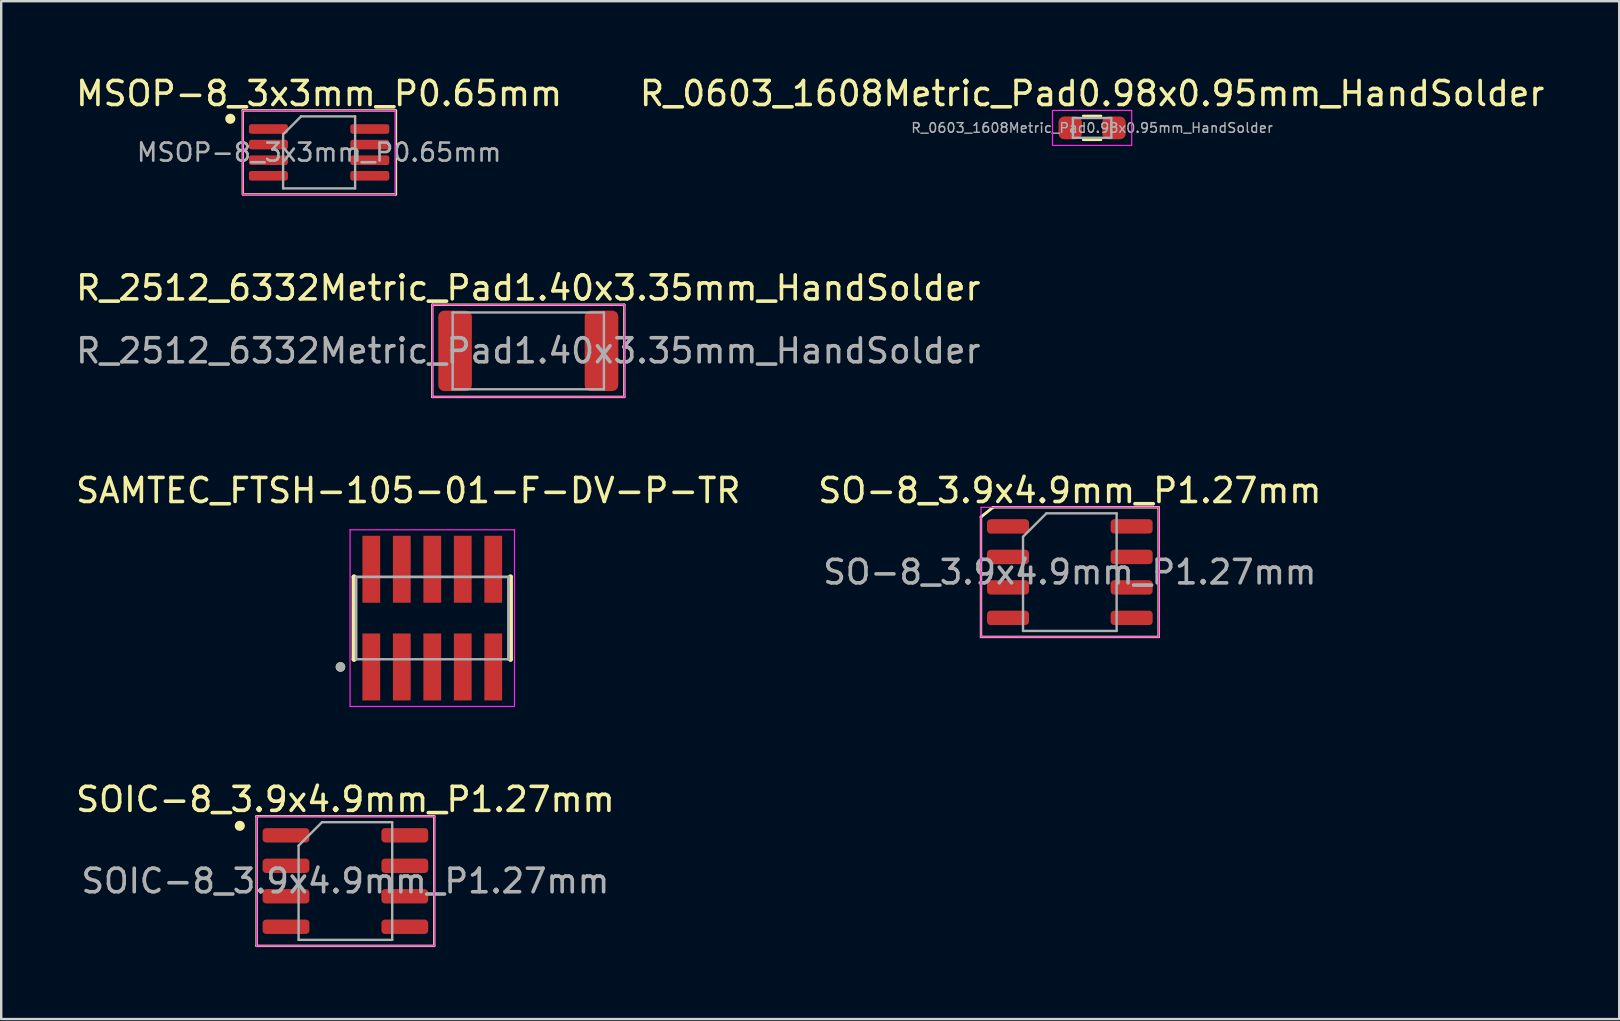
<source format=kicad_pcb>
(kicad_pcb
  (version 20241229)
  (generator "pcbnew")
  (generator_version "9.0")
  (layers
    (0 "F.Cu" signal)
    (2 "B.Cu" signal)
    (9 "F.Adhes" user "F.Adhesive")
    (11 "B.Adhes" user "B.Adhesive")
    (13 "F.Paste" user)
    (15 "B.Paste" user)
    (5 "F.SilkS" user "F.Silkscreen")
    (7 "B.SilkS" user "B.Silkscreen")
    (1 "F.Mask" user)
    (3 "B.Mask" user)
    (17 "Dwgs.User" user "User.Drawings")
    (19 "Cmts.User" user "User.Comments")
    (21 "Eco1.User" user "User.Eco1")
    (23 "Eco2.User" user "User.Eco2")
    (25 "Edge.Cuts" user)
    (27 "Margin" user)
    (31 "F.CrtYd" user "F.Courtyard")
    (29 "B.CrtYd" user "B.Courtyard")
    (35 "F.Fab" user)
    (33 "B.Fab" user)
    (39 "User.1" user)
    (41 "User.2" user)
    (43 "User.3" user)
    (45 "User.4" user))
  (footprint "SO-8_3.9x4.9mm_P1.27mm"
    (layer "F.Cu")
    (at 41.518 20.785)
    (property "Reference" "SO-8_3.9x4.9mm_P1.27mm" (at 0 -3.4 0) (layer "F.SilkS") (effects (font (size 1 1) (thickness 0.15))))
    (attr smd)
    (fp_line (start -3.7 -2.3) (end -3.7 2.7) (stroke (width 0.1) (type solid)) (layer "F.SilkS"))
    (fp_line (start -3.7 2.7) (end 3.7 2.7) (stroke (width 0.1) (type solid)) (layer "F.SilkS"))
    (fp_line (start -3.2 -2.7) (end -3.7 -2.3) (stroke (width 0.12) (type default)) (layer "F.SilkS"))
    (fp_line (start 3.7 -2.7) (end -3.2 -2.7) (stroke (width 0.1) (type solid)) (layer "F.SilkS"))
    (fp_line (start 3.7 2.7) (end 3.7 -2.7) (stroke (width 0.1) (type solid)) (layer "F.SilkS"))
    (fp_line (start -3.7 -2.7) (end -3.7 2.7) (stroke (width 0.05) (type solid)) (layer "F.CrtYd"))
    (fp_line (start -3.7 2.7) (end 3.7 2.7) (stroke (width 0.05) (type solid)) (layer "F.CrtYd"))
    (fp_line (start 3.7 -2.7) (end -3.7 -2.7) (stroke (width 0.05) (type solid)) (layer "F.CrtYd"))
    (fp_line (start 3.7 2.7) (end 3.7 -2.7) (stroke (width 0.05) (type solid)) (layer "F.CrtYd"))
    (fp_line (start -1.95 -1.475) (end -0.975 -2.45) (stroke (width 0.1) (type solid)) (layer "F.Fab"))
    (fp_line (start -1.95 2.45) (end -1.95 -1.475) (stroke (width 0.1) (type solid)) (layer "F.Fab"))
    (fp_line (start -0.975 -2.45) (end 1.95 -2.45) (stroke (width 0.1) (type solid)) (layer "F.Fab"))
    (fp_line (start 1.95 -2.45) (end 1.95 2.45) (stroke (width 0.1) (type solid)) (layer "F.Fab"))
    (fp_line (start 1.95 2.45) (end -1.95 2.45) (stroke (width 0.1) (type solid)) (layer "F.Fab"))
    (fp_text user "${REFERENCE}" (at 0 0 0) (layer "F.Fab") (effects (font (size 0.98 0.98) (thickness 0.15))))
    (pad "1" smd roundrect (at -2.575 -1.905) (size 1.75 0.6) (layers "F.Cu" "F.Mask" "F.Paste") (roundrect_rratio 0.25))
    (pad "2" smd roundrect (at -2.575 -0.635) (size 1.75 0.6) (layers "F.Cu" "F.Mask" "F.Paste") (roundrect_rratio 0.25))
    (pad "3" smd roundrect (at -2.575 0.635) (size 1.75 0.6) (layers "F.Cu" "F.Mask" "F.Paste") (roundrect_rratio 0.25))
    (pad "4" smd roundrect (at -2.575 1.905) (size 1.75 0.6) (layers "F.Cu" "F.Mask" "F.Paste") (roundrect_rratio 0.25))
    (pad "5" smd roundrect (at 2.575 1.905) (size 1.75 0.6) (layers "F.Cu" "F.Mask" "F.Paste") (roundrect_rratio 0.25))
    (pad "6" smd roundrect (at 2.575 0.635) (size 1.75 0.6) (layers "F.Cu" "F.Mask" "F.Paste") (roundrect_rratio 0.25))
    (pad "7" smd roundrect (at 2.575 -0.635) (size 1.75 0.6) (layers "F.Cu" "F.Mask" "F.Paste") (roundrect_rratio 0.25))
    (pad "8" smd roundrect (at 2.575 -1.905) (size 1.75 0.6) (layers "F.Cu" "F.Mask" "F.Paste") (roundrect_rratio 0.25)))
  (footprint "MSOP-8_3x3mm_P0.65mm"
    (layer "F.Cu")
    (at 10.244 3.298)
    (property "Reference" "MSOP-8_3x3mm_P0.65mm" (at 0 -2.45 0) (layer "F.SilkS") (effects (font (size 1 1) (thickness 0.15))))
    (attr smd)
    (fp_line (start -3.18 -1.75) (end -3.18 1.75) (stroke (width 0.1) (type solid)) (layer "F.SilkS"))
    (fp_line (start 3.18 -1.75) (end -3.18 -1.75) (stroke (width 0.1) (type solid)) (layer "F.SilkS"))
    (fp_line (start 3.2 -1.75) (end 3.2 1.75) (stroke (width 0.1) (type solid)) (layer "F.SilkS"))
    (fp_line (start 3.2 1.75) (end -3.16 1.75) (stroke (width 0.1) (type solid)) (layer "F.SilkS"))
    (fp_circle (center -3.7 -1.4) (end -3.55 -1.4) (stroke (width 0.12) (type solid)) (fill yes) (layer "F.SilkS"))
    (fp_line (start -3.18 -1.75) (end -3.18 1.75) (stroke (width 0.05) (type solid)) (layer "F.CrtYd"))
    (fp_line (start -3.18 1.75) (end 3.18 1.75) (stroke (width 0.05) (type solid)) (layer "F.CrtYd"))
    (fp_line (start 3.18 -1.75) (end -3.18 -1.75) (stroke (width 0.05) (type solid)) (layer "F.CrtYd"))
    (fp_line (start 3.18 1.75) (end 3.18 -1.75) (stroke (width 0.05) (type solid)) (layer "F.CrtYd"))
    (fp_line (start -1.5 -0.75) (end -0.75 -1.5) (stroke (width 0.1) (type solid)) (layer "F.Fab"))
    (fp_line (start -1.5 1.5) (end -1.5 -0.75) (stroke (width 0.1) (type solid)) (layer "F.Fab"))
    (fp_line (start -0.75 -1.5) (end 1.5 -1.5) (stroke (width 0.1) (type solid)) (layer "F.Fab"))
    (fp_line (start 1.5 -1.5) (end 1.5 1.5) (stroke (width 0.1) (type solid)) (layer "F.Fab"))
    (fp_line (start 1.5 1.5) (end -1.5 1.5) (stroke (width 0.1) (type solid)) (layer "F.Fab"))
    (fp_text user "${REFERENCE}" (at 0 0 0) (layer "F.Fab") (effects (font (size 0.75 0.75) (thickness 0.11))))
    (pad "1" smd roundrect (at -2.112 -0.975) (size 1.625 0.4) (layers "F.Cu" "F.Mask" "F.Paste") (roundrect_rratio 0.25))
    (pad "2" smd roundrect (at -2.112 -0.325) (size 1.625 0.4) (layers "F.Cu" "F.Mask" "F.Paste") (roundrect_rratio 0.25))
    (pad "3" smd roundrect (at -2.112 0.325) (size 1.625 0.4) (layers "F.Cu" "F.Mask" "F.Paste") (roundrect_rratio 0.25))
    (pad "4" smd roundrect (at -2.112 0.975) (size 1.625 0.4) (layers "F.Cu" "F.Mask" "F.Paste") (roundrect_rratio 0.25))
    (pad "5" smd roundrect (at 2.112 0.975) (size 1.625 0.4) (layers "F.Cu" "F.Mask" "F.Paste") (roundrect_rratio 0.25))
    (pad "6" smd roundrect (at 2.112 0.325) (size 1.625 0.4) (layers "F.Cu" "F.Mask" "F.Paste") (roundrect_rratio 0.25))
    (pad "7" smd roundrect (at 2.112 -0.325) (size 1.625 0.4) (layers "F.Cu" "F.Mask" "F.Paste") (roundrect_rratio 0.25))
    (pad "8" smd roundrect (at 2.112 -0.975) (size 1.625 0.4) (layers "F.Cu" "F.Mask" "F.Paste") (roundrect_rratio 0.25)))
  (footprint "R_2512_6332Metric_Pad1.40x3.35mm_HandSolder"
    (layer "F.Cu")
    (at 18.958 11.566)
    (property "Reference" "R_2512_6332Metric_Pad1.40x3.35mm_HandSolder" (at 0 -2.62 0) (layer "F.SilkS") (effects (font (size 1 1) (thickness 0.15))))
    (attr smd)
    (fp_line (start -4 -1.92) (end 4 -1.92) (stroke (width 0.1) (type solid)) (layer "F.SilkS"))
    (fp_line (start -4 1.92) (end -4 -1.92) (stroke (width 0.1) (type solid)) (layer "F.SilkS"))
    (fp_line (start 4 -1.92) (end 4 1.92) (stroke (width 0.1) (type solid)) (layer "F.SilkS"))
    (fp_line (start 4 1.92) (end -4 1.92) (stroke (width 0.1) (type solid)) (layer "F.SilkS"))
    (fp_line (start -4 -1.92) (end 4 -1.92) (stroke (width 0.05) (type solid)) (layer "F.CrtYd"))
    (fp_line (start -4 1.92) (end -4 -1.92) (stroke (width 0.05) (type solid)) (layer "F.CrtYd"))
    (fp_line (start 4 -1.92) (end 4 1.92) (stroke (width 0.05) (type solid)) (layer "F.CrtYd"))
    (fp_line (start 4 1.92) (end -4 1.92) (stroke (width 0.05) (type solid)) (layer "F.CrtYd"))
    (fp_line (start -3.15 -1.6) (end 3.15 -1.6) (stroke (width 0.1) (type solid)) (layer "F.Fab"))
    (fp_line (start -3.15 1.6) (end -3.15 -1.6) (stroke (width 0.1) (type solid)) (layer "F.Fab"))
    (fp_line (start 3.15 -1.6) (end 3.15 1.6) (stroke (width 0.1) (type solid)) (layer "F.Fab"))
    (fp_line (start 3.15 1.6) (end -3.15 1.6) (stroke (width 0.1) (type solid)) (layer "F.Fab"))
    (fp_text user "${REFERENCE}" (at 0 0 0) (layer "F.Fab") (effects (font (size 1 1) (thickness 0.15))))
    (pad "1" smd roundrect (at -3.05 0) (size 1.4 3.35) (layers "F.Cu" "F.Mask" "F.Paste") (roundrect_rratio 0.179))
    (pad "2" smd roundrect (at 3.05 0) (size 1.4 3.35) (layers "F.Cu" "F.Mask" "F.Paste") (roundrect_rratio 0.179)))
  (footprint "SOIC-8_3.9x4.9mm_P1.27mm"
    (layer "F.Cu")
    (at 11.339 33.653)
    (property "Reference" "SOIC-8_3.9x4.9mm_P1.27mm" (at 0 -3.4 0) (layer "F.SilkS") (effects (font (size 1 1) (thickness 0.15))))
    (attr smd)
    (fp_line (start -3.7 -2.7) (end -3.7 2.7) (stroke (width 0.1) (type solid)) (layer "F.SilkS"))
    (fp_line (start -3.7 2.7) (end 3.7 2.7) (stroke (width 0.1) (type solid)) (layer "F.SilkS"))
    (fp_line (start 3.7 -2.7) (end -3.7 -2.7) (stroke (width 0.1) (type solid)) (layer "F.SilkS"))
    (fp_line (start 3.7 2.7) (end 3.7 -2.7) (stroke (width 0.1) (type solid)) (layer "F.SilkS"))
    (fp_circle (center -4.4 -2.3) (end -4.25 -2.3) (stroke (width 0.12) (type solid)) (fill yes) (layer "F.SilkS"))
    (fp_line (start -3.7 -2.7) (end -3.7 2.7) (stroke (width 0.05) (type solid)) (layer "F.CrtYd"))
    (fp_line (start -3.7 2.7) (end 3.7 2.7) (stroke (width 0.05) (type solid)) (layer "F.CrtYd"))
    (fp_line (start 3.7 -2.7) (end -3.7 -2.7) (stroke (width 0.05) (type solid)) (layer "F.CrtYd"))
    (fp_line (start 3.7 2.7) (end 3.7 -2.7) (stroke (width 0.05) (type solid)) (layer "F.CrtYd"))
    (fp_line (start -1.95 -1.475) (end -0.975 -2.45) (stroke (width 0.1) (type solid)) (layer "F.Fab"))
    (fp_line (start -1.95 2.45) (end -1.95 -1.475) (stroke (width 0.1) (type solid)) (layer "F.Fab"))
    (fp_line (start -0.975 -2.45) (end 1.95 -2.45) (stroke (width 0.1) (type solid)) (layer "F.Fab"))
    (fp_line (start 1.95 -2.45) (end 1.95 2.45) (stroke (width 0.1) (type solid)) (layer "F.Fab"))
    (fp_line (start 1.95 2.45) (end -1.95 2.45) (stroke (width 0.1) (type solid)) (layer "F.Fab"))
    (fp_text user "${REFERENCE}" (at 0 0 0) (layer "F.Fab") (effects (font (size 0.98 0.98) (thickness 0.15))))
    (pad "1" smd roundrect (at -2.475 -1.905) (size 1.95 0.6) (layers "F.Cu" "F.Mask" "F.Paste") (roundrect_rratio 0.25))
    (pad "2" smd roundrect (at -2.475 -0.635) (size 1.95 0.6) (layers "F.Cu" "F.Mask" "F.Paste") (roundrect_rratio 0.25))
    (pad "3" smd roundrect (at -2.475 0.635) (size 1.95 0.6) (layers "F.Cu" "F.Mask" "F.Paste") (roundrect_rratio 0.25))
    (pad "4" smd roundrect (at -2.475 1.905) (size 1.95 0.6) (layers "F.Cu" "F.Mask" "F.Paste") (roundrect_rratio 0.25))
    (pad "5" smd roundrect (at 2.475 1.905) (size 1.95 0.6) (layers "F.Cu" "F.Mask" "F.Paste") (roundrect_rratio 0.25))
    (pad "6" smd roundrect (at 2.475 0.635) (size 1.95 0.6) (layers "F.Cu" "F.Mask" "F.Paste") (roundrect_rratio 0.25))
    (pad "7" smd roundrect (at 2.475 -0.635) (size 1.95 0.6) (layers "F.Cu" "F.Mask" "F.Paste") (roundrect_rratio 0.25))
    (pad "8" smd roundrect (at 2.475 -1.905) (size 1.95 0.6) (layers "F.Cu" "F.Mask" "F.Paste") (roundrect_rratio 0.25)))
  (footprint "SAMTEC_FTSH-105-01-F-DV-P-TR"
    (layer "F.Cu")
    (at 14.958 22.7)
    (property "Reference" "SAMTEC_FTSH-105-01-F-DV-P-TR" (at -1 -5.315 0) (layer "F.SilkS") (effects (font (size 1 1) (thickness 0.15))))
    (attr smd)
    (fp_line (start -3.26 -1.715) (end -3.26 -1.715) (stroke (width 0.2) (type solid)) (layer "F.SilkS"))
    (fp_line (start -3.26 1.715) (end -3.26 -1.715) (stroke (width 0.2) (type solid)) (layer "F.SilkS"))
    (fp_line (start -3.26 1.715) (end -3.26 1.715) (stroke (width 0.2) (type solid)) (layer "F.SilkS"))
    (fp_line (start 3.26 -1.715) (end 3.26 -1.715) (stroke (width 0.2) (type solid)) (layer "F.SilkS"))
    (fp_line (start 3.26 -1.715) (end 3.26 1.715) (stroke (width 0.2) (type solid)) (layer "F.SilkS"))
    (fp_line (start 3.26 1.715) (end 3.26 1.715) (stroke (width 0.2) (type solid)) (layer "F.SilkS"))
    (fp_circle (center -3.825 2.035) (end -3.725 2.035) (stroke (width 0.2) (type solid)) (fill no) (layer "F.SilkS"))
    (fp_line (start -3.425 -3.68) (end 3.425 -3.68) (stroke (width 0.05) (type solid)) (layer "F.CrtYd"))
    (fp_line (start -3.425 3.68) (end -3.425 -3.68) (stroke (width 0.05) (type solid)) (layer "F.CrtYd"))
    (fp_line (start 3.425 -3.68) (end 3.425 3.68) (stroke (width 0.05) (type solid)) (layer "F.CrtYd"))
    (fp_line (start 3.425 3.68) (end -3.425 3.68) (stroke (width 0.05) (type solid)) (layer "F.CrtYd"))
    (fp_line (start -3.175 -1.715) (end 3.175 -1.715) (stroke (width 0.1) (type solid)) (layer "F.Fab"))
    (fp_line (start -3.175 -1.715) (end 3.175 -1.715) (stroke (width 0.1) (type solid)) (layer "F.Fab"))
    (fp_line (start -3.175 1.715) (end -3.175 -1.715) (stroke (width 0.1) (type solid)) (layer "F.Fab"))
    (fp_line (start -3.175 1.715) (end -3.175 -1.715) (stroke (width 0.1) (type solid)) (layer "F.Fab"))
    (fp_line (start 3.175 -1.715) (end 3.175 1.715) (stroke (width 0.1) (type solid)) (layer "F.Fab"))
    (fp_line (start 3.175 -1.715) (end 3.175 1.715) (stroke (width 0.1) (type solid)) (layer "F.Fab"))
    (fp_line (start 3.175 1.715) (end -3.175 1.715) (stroke (width 0.1) (type solid)) (layer "F.Fab"))
    (fp_circle (center -3.825 2.035) (end -3.725 2.035) (stroke (width 0.2) (type solid)) (fill no) (layer "F.Fab"))
    (pad "01" smd rect (at -2.54 2.035) (size 0.74 2.79) (layers "F.Cu" "F.Mask" "F.Paste"))
    (pad "02" smd rect (at -2.54 -2.035) (size 0.74 2.79) (layers "F.Cu" "F.Mask" "F.Paste"))
    (pad "03" smd rect (at -1.27 2.035) (size 0.74 2.79) (layers "F.Cu" "F.Mask" "F.Paste"))
    (pad "04" smd rect (at -1.27 -2.035) (size 0.74 2.79) (layers "F.Cu" "F.Mask" "F.Paste"))
    (pad "05" smd rect (at 0 2.035) (size 0.74 2.79) (layers "F.Cu" "F.Mask" "F.Paste"))
    (pad "06" smd rect (at 0 -2.035) (size 0.74 2.79) (layers "F.Cu" "F.Mask" "F.Paste"))
    (pad "07" smd rect (at 1.27 2.035) (size 0.74 2.79) (layers "F.Cu" "F.Mask" "F.Paste"))
    (pad "08" smd rect (at 1.27 -2.035) (size 0.74 2.79) (layers "F.Cu" "F.Mask" "F.Paste"))
    (pad "09" smd rect (at 2.54 2.035) (size 0.74 2.79) (layers "F.Cu" "F.Mask" "F.Paste"))
    (pad "10" smd rect (at 2.54 -2.035) (size 0.74 2.79) (layers "F.Cu" "F.Mask" "F.Paste")))
  (footprint "R_0603_1608Metric_Pad0.98x0.95mm_HandSolder"
    (layer "F.Cu")
    (at 42.446 2.278)
    (property "Reference" "R_0603_1608Metric_Pad0.98x0.95mm_HandSolder" (at 0 -1.43 0) (layer "F.SilkS") (effects (font (size 1 1) (thickness 0.15))))
    (attr smd)
    (fp_line (start -0.375 -0.5) (end 0.375 -0.5) (stroke (width 0.1) (type solid)) (layer "F.SilkS"))
    (fp_line (start -0.375 0.5) (end 0.375 0.5) (stroke (width 0.1) (type solid)) (layer "F.SilkS"))
    (fp_line (start -1.65 -0.73) (end 1.65 -0.73) (stroke (width 0.05) (type solid)) (layer "F.CrtYd"))
    (fp_line (start -1.65 0.73) (end -1.65 -0.73) (stroke (width 0.05) (type solid)) (layer "F.CrtYd"))
    (fp_line (start 1.65 -0.73) (end 1.65 0.73) (stroke (width 0.05) (type solid)) (layer "F.CrtYd"))
    (fp_line (start 1.65 0.73) (end -1.65 0.73) (stroke (width 0.05) (type solid)) (layer "F.CrtYd"))
    (fp_line (start -0.8 -0.412) (end 0.8 -0.412) (stroke (width 0.1) (type solid)) (layer "F.Fab"))
    (fp_line (start -0.8 0.412) (end -0.8 -0.412) (stroke (width 0.1) (type solid)) (layer "F.Fab"))
    (fp_line (start 0.8 -0.412) (end 0.8 0.412) (stroke (width 0.1) (type solid)) (layer "F.Fab"))
    (fp_line (start 0.8 0.412) (end -0.8 0.412) (stroke (width 0.1) (type solid)) (layer "F.Fab"))
    (fp_text user "${REFERENCE}" (at 0 0 0) (layer "F.Fab") (effects (font (size 0.4 0.4) (thickness 0.06))))
    (pad "1" smd roundrect (at -0.912 0) (size 0.975 0.95) (layers "F.Cu" "F.Mask" "F.Paste") (roundrect_rratio 0.25))
    (pad "2" smd roundrect (at 0.912 0) (size 0.975 0.95) (layers "F.Cu" "F.Mask" "F.Paste") (roundrect_rratio 0.25)))
  (gr_rect
    (start -3 -3)
    (end 64.405 39.403)
    (stroke (width 0.1) (type default))
    (fill no)
    (layer "Edge.Cuts")))
</source>
